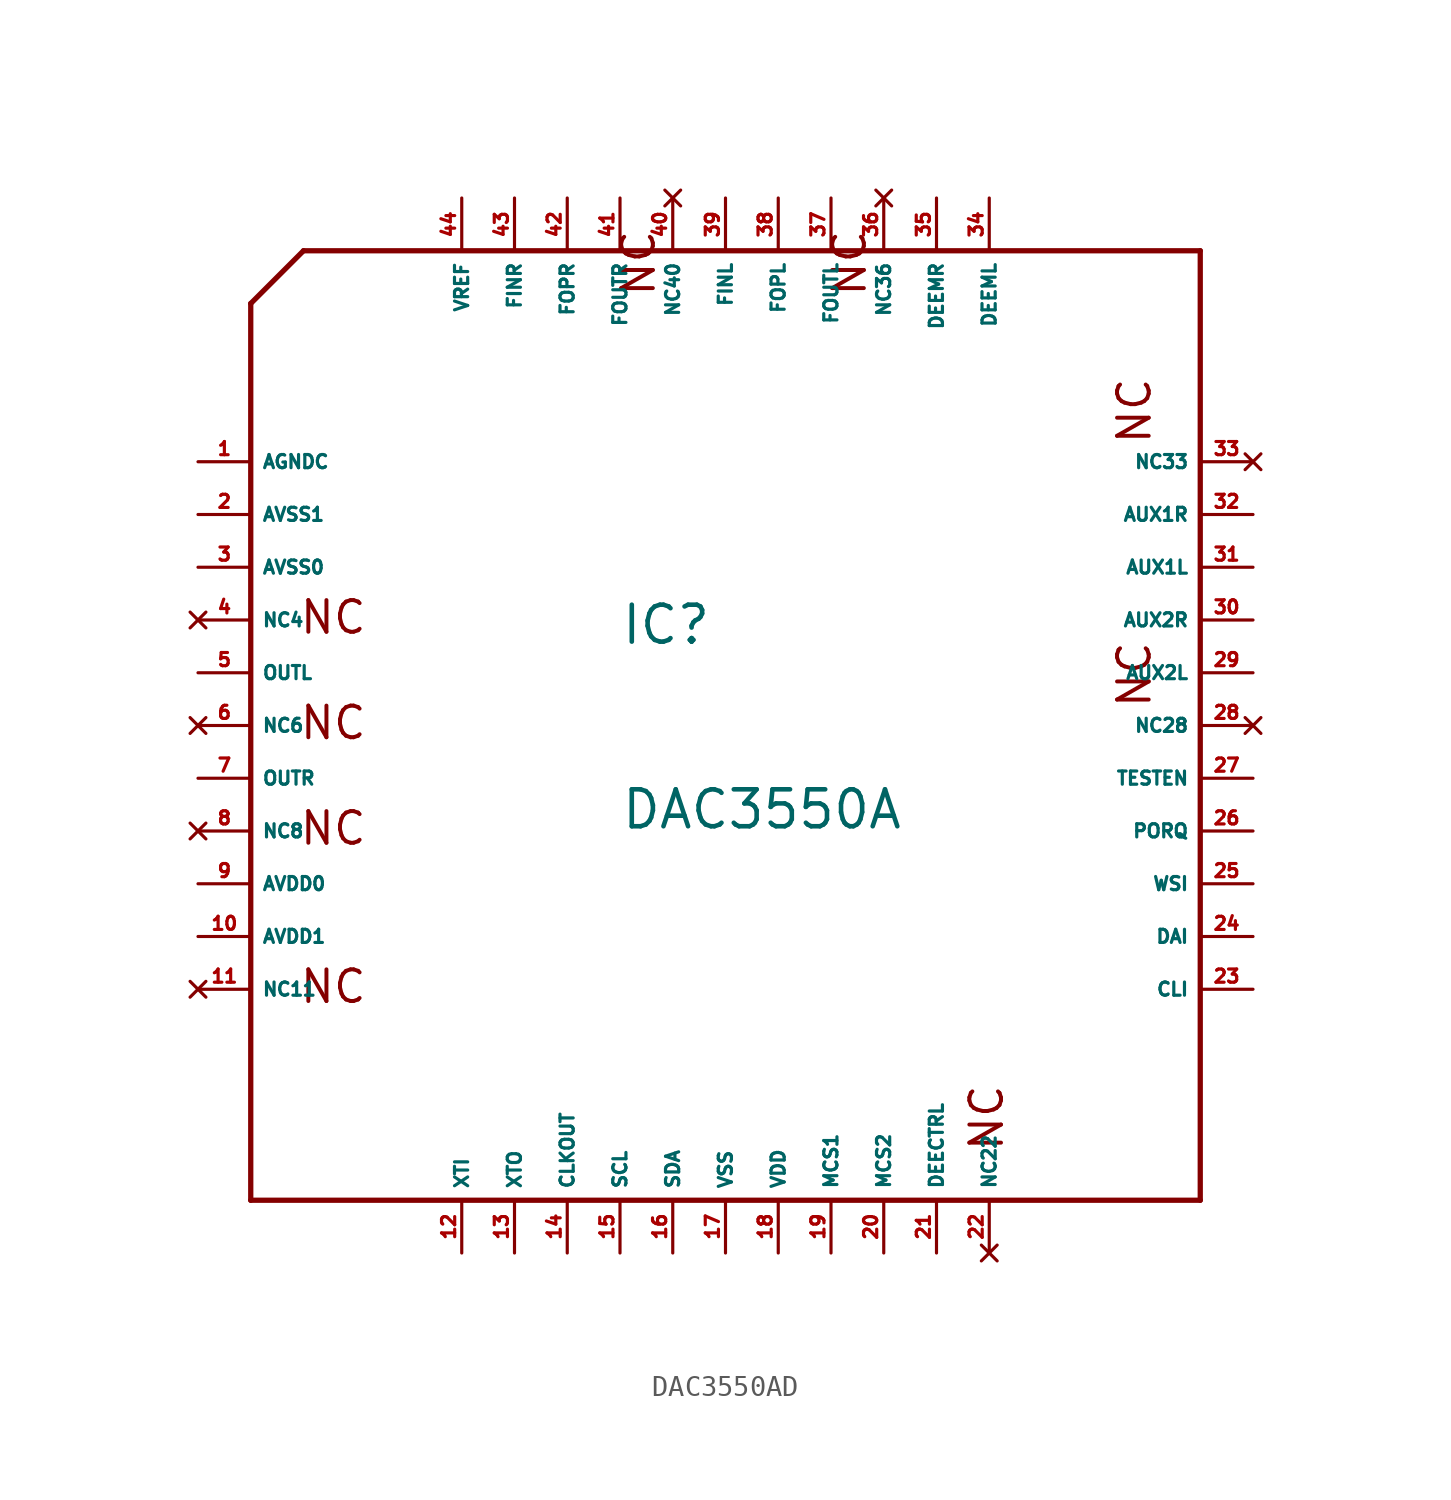
<source format=kicad_sym>
(kicad_symbol_lib
  (version 20220914)
  (generator Eagle2Kicad)
  (symbol "DAC3550AD"
    (property "Reference" "IC"
      (at -5.08 3.81 0)
      (effects (font (size 1.778 1.778) (thickness 0.22)) (justify left bottom)))
    (property "Value" "DAC3550A"
      (at -5.08 -5.08 0)
      (effects (font (size 1.778 1.778) (thickness 0.22)) (justify left bottom)))
    (polyline
      (pts (xy -22.86 20.32) (xy -20.32 22.86))
      (stroke (width 0.254) (type default))
      (fill (type none)))
    (polyline
      (pts (xy -20.32 22.86) (xy 22.86 22.86))
      (stroke (width 0.254) (type default))
      (fill (type none)))
    (polyline
      (pts (xy 22.86 22.86) (xy 22.86 -22.86))
      (stroke (width 0.254) (type default))
      (fill (type none)))
    (polyline
      (pts (xy 22.86 -22.86) (xy -22.86 -22.86))
      (stroke (width 0.254) (type default))
      (fill (type none)))
    (polyline
      (pts (xy -22.86 -22.86) (xy -22.86 20.32))
      (stroke (width 0.254) (type default))
      (fill (type none)))
    (text "NC"
      (at -20.574 4.318 0)
      (effects (font (size 1.524 1.524) (thickness 0.19)) (justify left bottom)))
    (text "NC"
      (at -20.574 -0.762 0)
      (effects (font (size 1.524 1.524) (thickness 0.19)) (justify left bottom)))
    (text "NC"
      (at -20.574 -5.842 0)
      (effects (font (size 1.524 1.524) (thickness 0.19)) (justify left bottom)))
    (text "NC"
      (at -20.574 -13.462 0)
      (effects (font (size 1.524 1.524) (thickness 0.19)) (justify left bottom)))
    (text "NC"
      (at 13.462 -20.574 900)
      (effects (font (size 1.524 1.524) (thickness 0.19)) (justify left bottom)))
    (text "NC"
      (at 20.574 13.462 1800)
      (effects (font (size 1.524 1.524) (thickness 0.19)) (justify left bottom)))
    (text "NC"
      (at -3.302 20.574 2700)
      (effects (font (size 1.524 1.524) (thickness 0.19)) (justify left bottom)))
    (text "NC"
      (at 6.858 20.574 2700)
      (effects (font (size 1.524 1.524) (thickness 0.19)) (justify left bottom)))
    (text "NC"
      (at 20.574 0.762 1800)
      (effects (font (size 1.524 1.524) (thickness 0.19)) (justify left bottom)))
    (pin bidirectional line
      (at -25.4 12.7 0)
      (length 2.54)
      (name "AGNDC" (effects (font (size 0.635 0.635) (thickness 0.08)) (justify left bottom)))
      (number "1" (effects (font (size 0.635 0.635) (thickness 0.08)) (justify left bottom))))
    (pin input line
      (at -25.4 10.16 0)
      (length 2.54)
      (name "AVSS1" (effects (font (size 0.635 0.635) (thickness 0.08)) (justify left bottom)))
      (number "2" (effects (font (size 0.635 0.635) (thickness 0.08)) (justify left bottom))))
    (pin input line
      (at -25.4 7.62 0)
      (length 2.54)
      (name "AVSS0" (effects (font (size 0.635 0.635) (thickness 0.08)) (justify left bottom)))
      (number "3" (effects (font (size 0.635 0.635) (thickness 0.08)) (justify left bottom))))
    (pin output line
      (at -25.4 2.54 0)
      (length 2.54)
      (name "OUTL" (effects (font (size 0.635 0.635) (thickness 0.08)) (justify left bottom)))
      (number "5" (effects (font (size 0.635 0.635) (thickness 0.08)) (justify left bottom))))
    (pin output line
      (at -25.4 -2.54 0)
      (length 2.54)
      (name "OUTR" (effects (font (size 0.635 0.635) (thickness 0.08)) (justify left bottom)))
      (number "7" (effects (font (size 0.635 0.635) (thickness 0.08)) (justify left bottom))))
    (pin input line
      (at -25.4 -7.62 0)
      (length 2.54)
      (name "AVDD0" (effects (font (size 0.635 0.635) (thickness 0.08)) (justify left bottom)))
      (number "9" (effects (font (size 0.635 0.635) (thickness 0.08)) (justify left bottom))))
    (pin input line
      (at -25.4 -10.16 0)
      (length 2.54)
      (name "AVDD1" (effects (font (size 0.635 0.635) (thickness 0.08)) (justify left bottom)))
      (number "10" (effects (font (size 0.635 0.635) (thickness 0.08)) (justify left bottom))))
    (pin input line
      (at -12.7 -25.4 90)
      (length 2.54)
      (name "XTI" (effects (font (size 0.635 0.635) (thickness 0.08)) (justify left bottom)))
      (number "12" (effects (font (size 0.635 0.635) (thickness 0.08)) (justify left bottom))))
    (pin bidirectional line
      (at -10.16 -25.4 90)
      (length 2.54)
      (name "XTO" (effects (font (size 0.635 0.635) (thickness 0.08)) (justify left bottom)))
      (number "13" (effects (font (size 0.635 0.635) (thickness 0.08)) (justify left bottom))))
    (pin output line
      (at -7.62 -25.4 90)
      (length 2.54)
      (name "CLKOUT" (effects (font (size 0.635 0.635) (thickness 0.08)) (justify left bottom)))
      (number "14" (effects (font (size 0.635 0.635) (thickness 0.08)) (justify left bottom))))
    (pin bidirectional line
      (at -5.08 -25.4 90)
      (length 2.54)
      (name "SCL" (effects (font (size 0.635 0.635) (thickness 0.08)) (justify left bottom)))
      (number "15" (effects (font (size 0.635 0.635) (thickness 0.08)) (justify left bottom))))
    (pin bidirectional line
      (at -2.54 -25.4 90)
      (length 2.54)
      (name "SDA" (effects (font (size 0.635 0.635) (thickness 0.08)) (justify left bottom)))
      (number "16" (effects (font (size 0.635 0.635) (thickness 0.08)) (justify left bottom))))
    (pin unspecified line
      (at 0 -25.4 90)
      (length 2.54)
      (name "VSS" (effects (font (size 0.635 0.635) (thickness 0.08)) (justify left bottom)))
      (number "17" (effects (font (size 0.635 0.635) (thickness 0.08)) (justify left bottom))))
    (pin unspecified line
      (at 2.54 -25.4 90)
      (length 2.54)
      (name "VDD" (effects (font (size 0.635 0.635) (thickness 0.08)) (justify left bottom)))
      (number "18" (effects (font (size 0.635 0.635) (thickness 0.08)) (justify left bottom))))
    (pin input line
      (at 5.08 -25.4 90)
      (length 2.54)
      (name "MCS1" (effects (font (size 0.635 0.635) (thickness 0.08)) (justify left bottom)))
      (number "19" (effects (font (size 0.635 0.635) (thickness 0.08)) (justify left bottom))))
    (pin input line
      (at 7.62 -25.4 90)
      (length 2.54)
      (name "MCS2" (effects (font (size 0.635 0.635) (thickness 0.08)) (justify left bottom)))
      (number "20" (effects (font (size 0.635 0.635) (thickness 0.08)) (justify left bottom))))
    (pin input line
      (at 10.16 -25.4 90)
      (length 2.54)
      (name "DEECTRL" (effects (font (size 0.635 0.635) (thickness 0.08)) (justify left bottom)))
      (number "21" (effects (font (size 0.635 0.635) (thickness 0.08)) (justify left bottom))))
    (pin input line
      (at 25.4 -12.7 180)
      (length 2.54)
      (name "CLI" (effects (font (size 0.635 0.635) (thickness 0.08)) (justify left bottom)))
      (number "23" (effects (font (size 0.635 0.635) (thickness 0.08)) (justify left bottom))))
    (pin input line
      (at 25.4 -10.16 180)
      (length 2.54)
      (name "DAI" (effects (font (size 0.635 0.635) (thickness 0.08)) (justify left bottom)))
      (number "24" (effects (font (size 0.635 0.635) (thickness 0.08)) (justify left bottom))))
    (pin input line
      (at 25.4 -7.62 180)
      (length 2.54)
      (name "WSI" (effects (font (size 0.635 0.635) (thickness 0.08)) (justify left bottom)))
      (number "25" (effects (font (size 0.635 0.635) (thickness 0.08)) (justify left bottom))))
    (pin input line
      (at 25.4 -5.08 180)
      (length 2.54)
      (name "PORQ" (effects (font (size 0.635 0.635) (thickness 0.08)) (justify left bottom)))
      (number "26" (effects (font (size 0.635 0.635) (thickness 0.08)) (justify left bottom))))
    (pin input line
      (at 25.4 -2.54 180)
      (length 2.54)
      (name "TESTEN" (effects (font (size 0.635 0.635) (thickness 0.08)) (justify left bottom)))
      (number "27" (effects (font (size 0.635 0.635) (thickness 0.08)) (justify left bottom))))
    (pin input line
      (at 25.4 2.54 180)
      (length 2.54)
      (name "AUX2L" (effects (font (size 0.635 0.635) (thickness 0.08)) (justify left bottom)))
      (number "29" (effects (font (size 0.635 0.635) (thickness 0.08)) (justify left bottom))))
    (pin input line
      (at 25.4 5.08 180)
      (length 2.54)
      (name "AUX2R" (effects (font (size 0.635 0.635) (thickness 0.08)) (justify left bottom)))
      (number "30" (effects (font (size 0.635 0.635) (thickness 0.08)) (justify left bottom))))
    (pin input line
      (at 25.4 7.62 180)
      (length 2.54)
      (name "AUX1L" (effects (font (size 0.635 0.635) (thickness 0.08)) (justify left bottom)))
      (number "31" (effects (font (size 0.635 0.635) (thickness 0.08)) (justify left bottom))))
    (pin input line
      (at 25.4 10.16 180)
      (length 2.54)
      (name "AUX1R" (effects (font (size 0.635 0.635) (thickness 0.08)) (justify left bottom)))
      (number "32" (effects (font (size 0.635 0.635) (thickness 0.08)) (justify left bottom))))
    (pin output line
      (at 12.7 25.4 270)
      (length 2.54)
      (name "DEEML" (effects (font (size 0.635 0.635) (thickness 0.08)) (justify left bottom)))
      (number "34" (effects (font (size 0.635 0.635) (thickness 0.08)) (justify left bottom))))
    (pin output line
      (at 10.16 25.4 270)
      (length 2.54)
      (name "DEEMR" (effects (font (size 0.635 0.635) (thickness 0.08)) (justify left bottom)))
      (number "35" (effects (font (size 0.635 0.635) (thickness 0.08)) (justify left bottom))))
    (pin output line
      (at 5.08 25.4 270)
      (length 2.54)
      (name "FOUTL" (effects (font (size 0.635 0.635) (thickness 0.08)) (justify left bottom)))
      (number "37" (effects (font (size 0.635 0.635) (thickness 0.08)) (justify left bottom))))
    (pin bidirectional line
      (at 2.54 25.4 270)
      (length 2.54)
      (name "FOPL" (effects (font (size 0.635 0.635) (thickness 0.08)) (justify left bottom)))
      (number "38" (effects (font (size 0.635 0.635) (thickness 0.08)) (justify left bottom))))
    (pin bidirectional line
      (at 0 25.4 270)
      (length 2.54)
      (name "FINL" (effects (font (size 0.635 0.635) (thickness 0.08)) (justify left bottom)))
      (number "39" (effects (font (size 0.635 0.635) (thickness 0.08)) (justify left bottom))))
    (pin output line
      (at -5.08 25.4 270)
      (length 2.54)
      (name "FOUTR" (effects (font (size 0.635 0.635) (thickness 0.08)) (justify left bottom)))
      (number "41" (effects (font (size 0.635 0.635) (thickness 0.08)) (justify left bottom))))
    (pin bidirectional line
      (at -7.62 25.4 270)
      (length 2.54)
      (name "FOPR" (effects (font (size 0.635 0.635) (thickness 0.08)) (justify left bottom)))
      (number "42" (effects (font (size 0.635 0.635) (thickness 0.08)) (justify left bottom))))
    (pin bidirectional line
      (at -10.16 25.4 270)
      (length 2.54)
      (name "FINR" (effects (font (size 0.635 0.635) (thickness 0.08)) (justify left bottom)))
      (number "43" (effects (font (size 0.635 0.635) (thickness 0.08)) (justify left bottom))))
    (pin input line
      (at -12.7 25.4 270)
      (length 2.54)
      (name "VREF" (effects (font (size 0.635 0.635) (thickness 0.08)) (justify left bottom)))
      (number "44" (effects (font (size 0.635 0.635) (thickness 0.08)) (justify left bottom))))
    (pin no_connect line
      (at -25.4 5.08 0)
      (length 2.54)
      (name "NC4" (effects (font (size 0.635 0.635) (thickness 0.08)) (justify left bottom) hide))
      (number "4" (effects (font (size 0.635 0.635) (thickness 0.08)) (justify left bottom) hide)))
    (pin no_connect line
      (at -25.4 0 0)
      (length 2.54)
      (name "NC6" (effects (font (size 0.635 0.635) (thickness 0.08)) (justify left bottom) hide))
      (number "6" (effects (font (size 0.635 0.635) (thickness 0.08)) (justify left bottom) hide)))
    (pin no_connect line
      (at -25.4 -5.08 0)
      (length 2.54)
      (name "NC8" (effects (font (size 0.635 0.635) (thickness 0.08)) (justify left bottom) hide))
      (number "8" (effects (font (size 0.635 0.635) (thickness 0.08)) (justify left bottom) hide)))
    (pin no_connect line
      (at -25.4 -12.7 0)
      (length 2.54)
      (name "NC11" (effects (font (size 0.635 0.635) (thickness 0.08)) (justify left bottom) hide))
      (number "11" (effects (font (size 0.635 0.635) (thickness 0.08)) (justify left bottom) hide)))
    (pin no_connect line
      (at 12.7 -25.4 90)
      (length 2.54)
      (name "NC22" (effects (font (size 0.635 0.635) (thickness 0.08)) (justify left bottom) hide))
      (number "22" (effects (font (size 0.635 0.635) (thickness 0.08)) (justify left bottom) hide)))
    (pin no_connect line
      (at 25.4 0 180)
      (length 2.54)
      (name "NC28" (effects (font (size 0.635 0.635) (thickness 0.08)) (justify left bottom) hide))
      (number "28" (effects (font (size 0.635 0.635) (thickness 0.08)) (justify left bottom) hide)))
    (pin no_connect line
      (at 25.4 12.7 180)
      (length 2.54)
      (name "NC33" (effects (font (size 0.635 0.635) (thickness 0.08)) (justify left bottom) hide))
      (number "33" (effects (font (size 0.635 0.635) (thickness 0.08)) (justify left bottom) hide)))
    (pin no_connect line
      (at 7.62 25.4 270)
      (length 2.54)
      (name "NC36" (effects (font (size 0.635 0.635) (thickness 0.08)) (justify left bottom) hide))
      (number "36" (effects (font (size 0.635 0.635) (thickness 0.08)) (justify left bottom) hide)))
    (pin no_connect line
      (at -2.54 25.4 270)
      (length 2.54)
      (name "NC40" (effects (font (size 0.635 0.635) (thickness 0.08)) (justify left bottom) hide))
      (number "40" (effects (font (size 0.635 0.635) (thickness 0.08)) (justify left bottom) hide)))))
</source>
